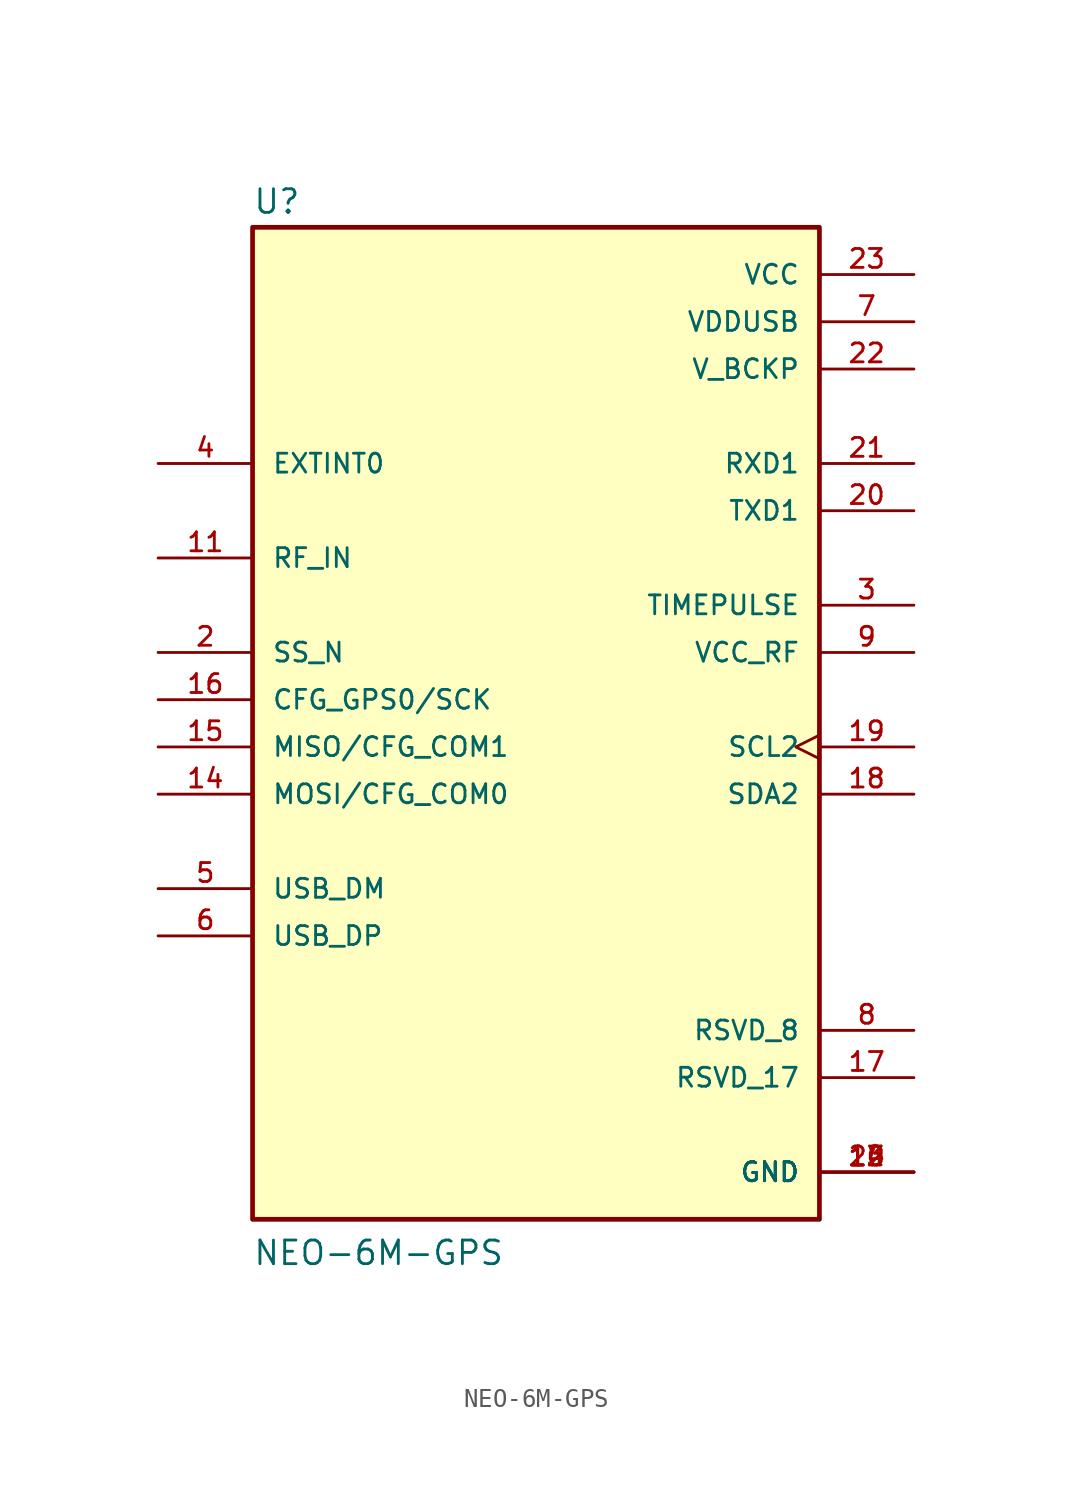
<source format=kicad_sym>
(kicad_symbol_lib
  (version 20211014)
  (generator kicad_symbol_editor)
  (symbol "NEO-6M-GPS"
    (pin_names
      (offset 1.016))
    (property "Reference" "U"
      (at -15.244 26.041 0)
      (effects (font (size 1.27 1.27)) (justify left bottom)))
    (property "Value" "NEO-6M-GPS"
      (at -15.245 -30.487 0)
      (effects (font (size 1.27 1.27)) (justify left bottom)))
    (symbol "NEO-6M-GPS_0_0"
      (rectangle (start -15.24 -27.94) (end 15.24 25.4) (stroke (width 0.254) (type default) (color 0 0 0 0)) (fill (type background)))
      (pin power_in line (at 20.32 -25.4 180) (length 5.08) (name "GND" (effects (font (size 1.016 1.016)))) (number "10" (effects (font (size 1.016 1.016)))))
      (pin input line (at -20.32 7.62 0) (length 5.08) (name "RF_IN" (effects (font (size 1.016 1.016)))) (number "11" (effects (font (size 1.016 1.016)))))
      (pin power_in line (at 20.32 -25.4 180) (length 5.08) (name "GND" (effects (font (size 1.016 1.016)))) (number "12" (effects (font (size 1.016 1.016)))))
      (pin power_in line (at 20.32 -25.4 180) (length 5.08) (name "GND" (effects (font (size 1.016 1.016)))) (number "13" (effects (font (size 1.016 1.016)))))
      (pin bidirectional line (at -20.32 -5.08 0) (length 5.08) (name "MOSI/CFG_COM0" (effects (font (size 1.016 1.016)))) (number "14" (effects (font (size 1.016 1.016)))))
      (pin input line (at -20.32 -2.54 0) (length 5.08) (name "MISO/CFG_COM1" (effects (font (size 1.016 1.016)))) (number "15" (effects (font (size 1.016 1.016)))))
      (pin input line (at -20.32 0 0) (length 5.08) (name "CFG_GPS0/SCK" (effects (font (size 1.016 1.016)))) (number "16" (effects (font (size 1.016 1.016)))))
      (pin passive line (at 20.32 -20.32 180) (length 5.08) (name "RSVD_17" (effects (font (size 1.016 1.016)))) (number "17" (effects (font (size 1.016 1.016)))))
      (pin bidirectional line (at 20.32 -5.08 180) (length 5.08) (name "SDA2" (effects (font (size 1.016 1.016)))) (number "18" (effects (font (size 1.016 1.016)))))
      (pin bidirectional clock (at 20.32 -2.54 180) (length 5.08) (name "SCL2" (effects (font (size 1.016 1.016)))) (number "19" (effects (font (size 1.016 1.016)))))
      (pin input line (at -20.32 2.54 0) (length 5.08) (name "SS_N" (effects (font (size 1.016 1.016)))) (number "2" (effects (font (size 1.016 1.016)))))
      (pin output line (at 20.32 10.16 180) (length 5.08) (name "TXD1" (effects (font (size 1.016 1.016)))) (number "20" (effects (font (size 1.016 1.016)))))
      (pin input line (at 20.32 12.7 180) (length 5.08) (name "RXD1" (effects (font (size 1.016 1.016)))) (number "21" (effects (font (size 1.016 1.016)))))
      (pin power_in line (at 20.32 17.78 180) (length 5.08) (name "V_BCKP" (effects (font (size 1.016 1.016)))) (number "22" (effects (font (size 1.016 1.016)))))
      (pin power_in line (at 20.32 22.86 180) (length 5.08) (name "VCC" (effects (font (size 1.016 1.016)))) (number "23" (effects (font (size 1.016 1.016)))))
      (pin power_in line (at 20.32 -25.4 180) (length 5.08) (name "GND" (effects (font (size 1.016 1.016)))) (number "24" (effects (font (size 1.016 1.016)))))
      (pin output line (at 20.32 5.08 180) (length 5.08) (name "TIMEPULSE" (effects (font (size 1.016 1.016)))) (number "3" (effects (font (size 1.016 1.016)))))
      (pin input line (at -20.32 12.7 0) (length 5.08) (name "EXTINT0" (effects (font (size 1.016 1.016)))) (number "4" (effects (font (size 1.016 1.016)))))
      (pin bidirectional line (at -20.32 -10.16 0) (length 5.08) (name "USB_DM" (effects (font (size 1.016 1.016)))) (number "5" (effects (font (size 1.016 1.016)))))
      (pin bidirectional line (at -20.32 -12.7 0) (length 5.08) (name "USB_DP" (effects (font (size 1.016 1.016)))) (number "6" (effects (font (size 1.016 1.016)))))
      (pin power_in line (at 20.32 20.32 180) (length 5.08) (name "VDDUSB" (effects (font (size 1.016 1.016)))) (number "7" (effects (font (size 1.016 1.016)))))
      (pin passive line (at 20.32 -17.78 180) (length 5.08) (name "RSVD_8" (effects (font (size 1.016 1.016)))) (number "8" (effects (font (size 1.016 1.016)))))
      (pin output line (at 20.32 2.54 180) (length 5.08) (name "VCC_RF" (effects (font (size 1.016 1.016)))) (number "9" (effects (font (size 1.016 1.016))))))))
</source>
